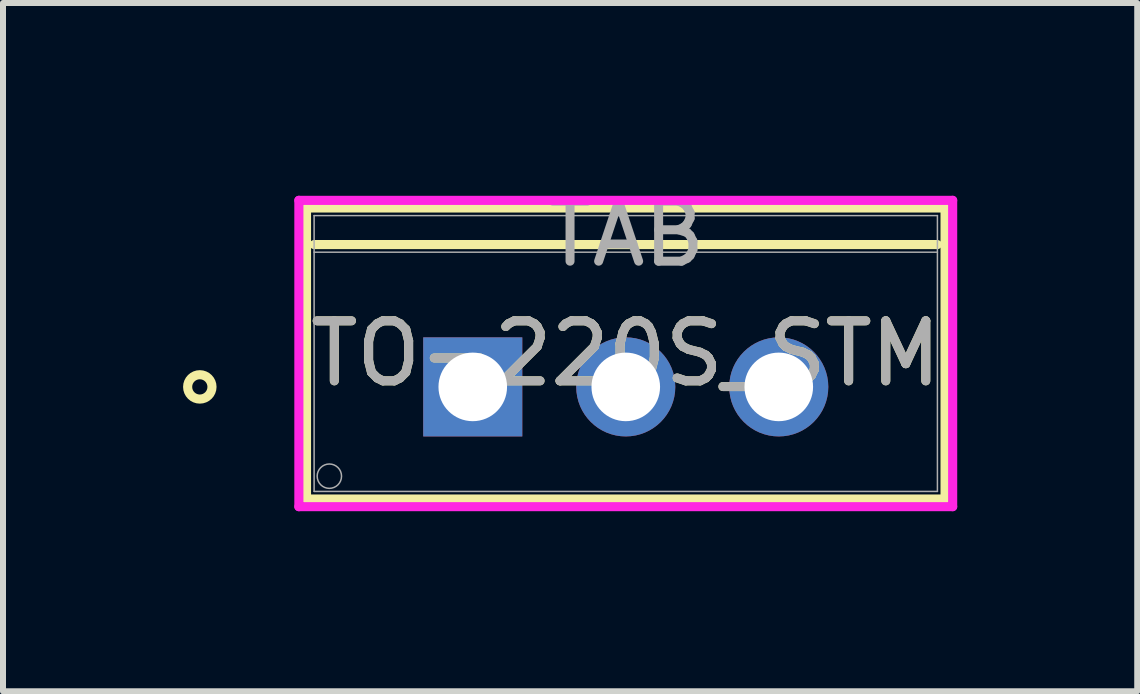
<source format=kicad_pcb>
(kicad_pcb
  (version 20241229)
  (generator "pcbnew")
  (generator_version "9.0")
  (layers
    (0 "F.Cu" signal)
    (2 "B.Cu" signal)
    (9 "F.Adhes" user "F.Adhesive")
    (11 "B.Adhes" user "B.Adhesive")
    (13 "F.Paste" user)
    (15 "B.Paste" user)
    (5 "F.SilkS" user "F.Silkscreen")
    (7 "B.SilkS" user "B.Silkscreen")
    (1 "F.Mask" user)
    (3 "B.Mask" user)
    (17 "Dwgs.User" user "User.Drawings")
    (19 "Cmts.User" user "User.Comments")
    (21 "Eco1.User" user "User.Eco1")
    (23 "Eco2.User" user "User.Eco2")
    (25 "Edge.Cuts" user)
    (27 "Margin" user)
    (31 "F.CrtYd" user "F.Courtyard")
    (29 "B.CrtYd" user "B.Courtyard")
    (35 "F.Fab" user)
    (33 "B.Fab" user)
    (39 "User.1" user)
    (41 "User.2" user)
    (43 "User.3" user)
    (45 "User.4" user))
  (footprint "TO-220S_STM"
    (layer "F.Cu")
    (at 4.829 3.398)
    (property "Reference" "TO-220S_STM" (at 2.55 -0.556 0) (unlocked yes) (layer "F.SilkS") (effects (font (size 1 1) (thickness 0.15))))
    (attr through_hole)
    (fp_line (start -2.771 -2.982) (end -2.771 1.869) (stroke (width 0.152) (type solid)) (layer "F.SilkS"))
    (fp_line (start -2.771 1.869) (end 7.871 1.869) (stroke (width 0.152) (type solid)) (layer "F.SilkS"))
    (fp_line (start -2.644 -2.372) (end 7.744 -2.372) (stroke (width 0.152) (type solid)) (layer "F.SilkS"))
    (fp_line (start 7.871 -2.982) (end -2.771 -2.982) (stroke (width 0.152) (type solid)) (layer "F.SilkS"))
    (fp_line (start 7.871 1.869) (end 7.871 -2.982) (stroke (width 0.152) (type solid)) (layer "F.SilkS"))
    (fp_circle (center -4.549 0) (end -4.346 0) (stroke (width 0.152) (type solid)) (fill no) (layer "F.SilkS"))
    (fp_line (start -2.898 -3.109) (end -2.898 1.996) (stroke (width 0.152) (type solid)) (layer "F.CrtYd"))
    (fp_line (start -2.898 1.996) (end 7.998 1.996) (stroke (width 0.152) (type solid)) (layer "F.CrtYd"))
    (fp_line (start 7.998 -3.109) (end -2.898 -3.109) (stroke (width 0.152) (type solid)) (layer "F.CrtYd"))
    (fp_line (start 7.998 1.996) (end 7.998 -3.109) (stroke (width 0.152) (type solid)) (layer "F.CrtYd"))
    (fp_line (start -2.644 -2.855) (end -2.644 1.742) (stroke (width 0.025) (type solid)) (layer "F.Fab"))
    (fp_line (start -2.644 -2.245) (end 7.744 -2.245) (stroke (width 0.025) (type solid)) (layer "F.Fab"))
    (fp_line (start -2.644 1.742) (end 7.744 1.742) (stroke (width 0.025) (type solid)) (layer "F.Fab"))
    (fp_line (start 7.744 -2.855) (end -2.644 -2.855) (stroke (width 0.025) (type solid)) (layer "F.Fab"))
    (fp_line (start 7.744 1.742) (end 7.744 -2.855) (stroke (width 0.025) (type solid)) (layer "F.Fab"))
    (fp_circle (center -2.39 1.488) (end -2.187 1.488) (stroke (width 0.025) (type solid)) (fill no) (layer "F.Fab"))
    (fp_text user "${REFERENCE}" (at 2.55 -0.556 0) (unlocked yes) (layer "F.Fab") (effects (font (size 1 1) (thickness 0.15))))
    (fp_text user "TAB" (at 2.55 -2.55 0) (unlocked yes) (layer "F.Fab") (effects (font (size 1 1) (thickness 0.15))))
    (pad "1" thru_hole rect (at 0 0) (size 1.651 1.651) (drill 1.143) (layers "*.Cu" "*.Mask"))
    (pad "2" thru_hole circle (at 2.55 0) (size 1.651 1.651) (drill 1.143) (layers "*.Cu" "*.Mask"))
    (pad "3" thru_hole circle (at 5.1 0) (size 1.651 1.651) (drill 1.143) (layers "*.Cu" "*.Mask")))
  (gr_rect
    (start -3 -3)
    (end 15.903 8.471)
    (stroke (width 0.1) (type default))
    (fill no)
    (layer "Edge.Cuts")))
</source>
